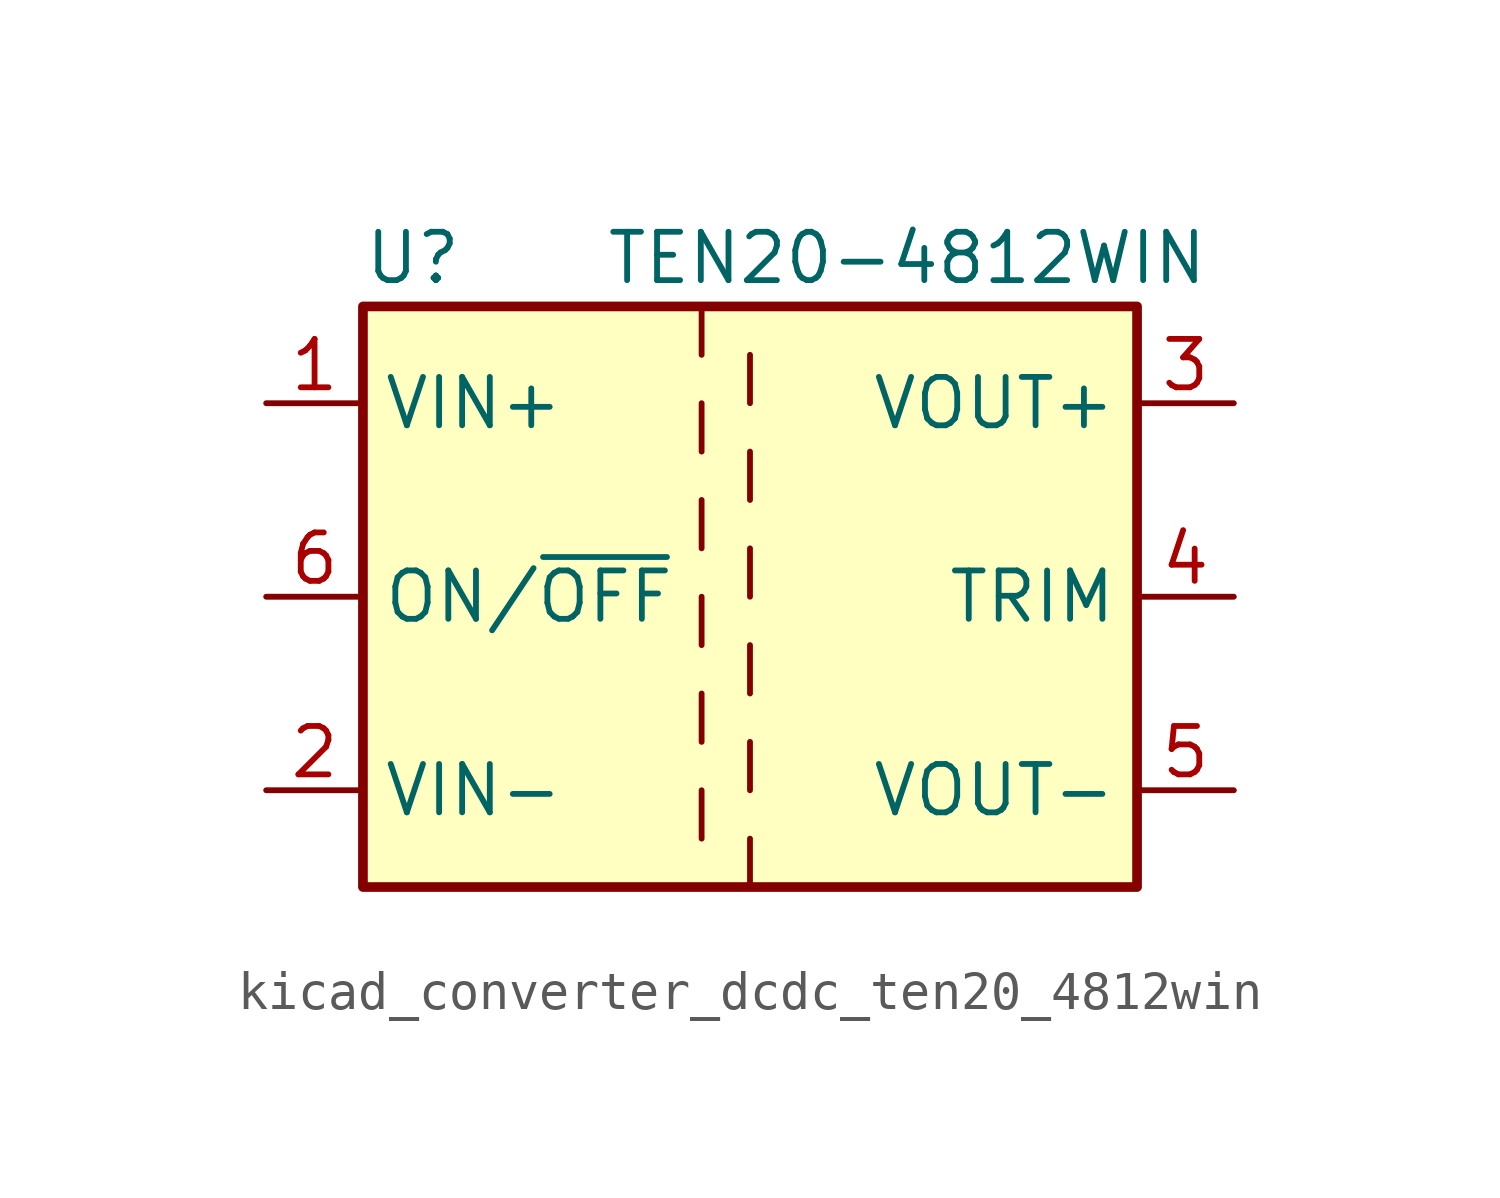
<source format=kicad_sym>
(kicad_symbol_lib
  (version 20220914)
  (generator kicad_symbol_editor)
  (symbol "kicad_converter_dcdc_ten20_4812win"
    (property "Reference" "U"
      (at -10.16 8.89 0)
      (effects (font (size 1.27 1.27)) (justify left)))
    (property "Value" "TEN20-4812WIN"
      (at -3.81 8.89 0)
      (effects (font (size 1.27 1.27)) (justify left)))
    (symbol "kicad_converter_dcdc_ten20_4812win_0_1"
      (rectangle (start -10.16 7.62) (end 10.16 -7.62) (stroke (width 0.254) (type default)) (fill (type background)))
      (polyline (pts (xy -1.27 -5.08) (xy -1.27 -6.35)) (stroke (width 0) (type default)) (fill (type none)))
      (polyline (pts (xy -1.27 -2.54) (xy -1.27 -3.81)) (stroke (width 0) (type default)) (fill (type none)))
      (polyline (pts (xy -1.27 0) (xy -1.27 -1.27)) (stroke (width 0) (type default)) (fill (type none)))
      (polyline (pts (xy -1.27 2.54) (xy -1.27 1.27)) (stroke (width 0) (type default)) (fill (type none)))
      (polyline (pts (xy -1.27 5.08) (xy -1.27 3.81)) (stroke (width 0) (type default)) (fill (type none)))
      (polyline (pts (xy -1.27 7.62) (xy -1.27 6.35)) (stroke (width 0) (type default)) (fill (type none)))
      (polyline (pts (xy 0 -7.62) (xy 0 -6.35)) (stroke (width 0) (type default)) (fill (type none)))
      (polyline (pts (xy 0 -5.08) (xy 0 -3.81)) (stroke (width 0) (type default)) (fill (type none)))
      (polyline (pts (xy 0 -1.27) (xy 0 -2.54)) (stroke (width 0) (type default)) (fill (type none)))
      (polyline (pts (xy 0 0) (xy 0 1.27)) (stroke (width 0) (type default)) (fill (type none)))
      (polyline (pts (xy 0 2.54) (xy 0 3.81)) (stroke (width 0) (type default)) (fill (type none)))
      (polyline (pts (xy 0 5.08) (xy 0 6.35)) (stroke (width 0) (type default)) (fill (type none))))
    (symbol "kicad_converter_dcdc_ten20_4812win_1_1"
      (pin power_in line (at -12.7 5.08 0) (length 2.54) (name "VIN+" (effects (font (size 1.27 1.27)))) (number "1" (effects (font (size 1.27 1.27)))))
      (pin power_in line (at -12.7 -5.08 0) (length 2.54) (name "VIN-" (effects (font (size 1.27 1.27)))) (number "2" (effects (font (size 1.27 1.27)))))
      (pin power_out line (at 12.7 5.08 180) (length 2.54) (name "VOUT+" (effects (font (size 1.27 1.27)))) (number "3" (effects (font (size 1.27 1.27)))))
      (pin passive line (at 12.7 0 180) (length 2.54) (name "TRIM" (effects (font (size 1.27 1.27)))) (number "4" (effects (font (size 1.27 1.27)))))
      (pin power_out line (at 12.7 -5.08 180) (length 2.54) (name "VOUT-" (effects (font (size 1.27 1.27)))) (number "5" (effects (font (size 1.27 1.27)))))
      (pin input line (at -12.7 0 0) (length 2.54) (name "ON/~{OFF}" (effects (font (size 1.27 1.27)))) (number "6" (effects (font (size 1.27 1.27))))))))
</source>
